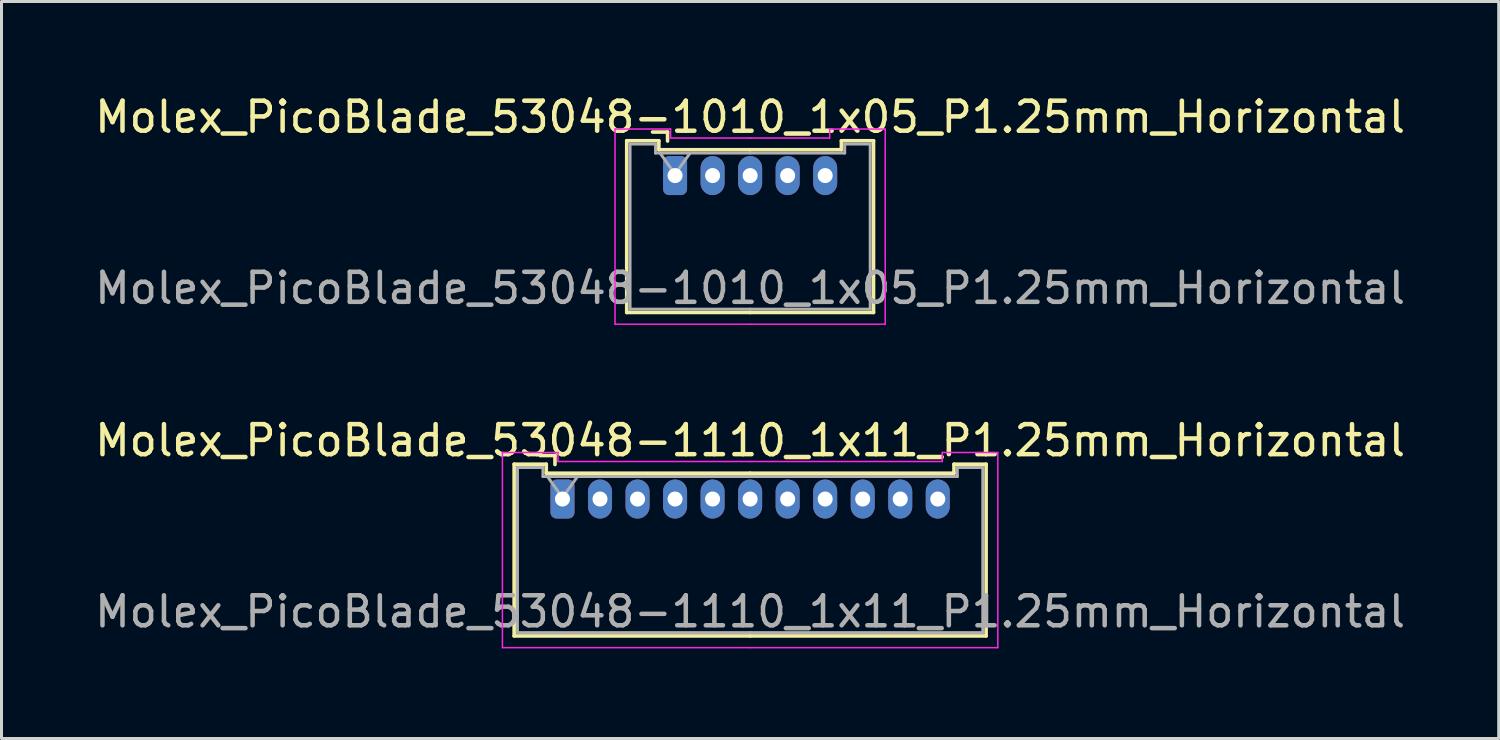
<source format=kicad_pcb>
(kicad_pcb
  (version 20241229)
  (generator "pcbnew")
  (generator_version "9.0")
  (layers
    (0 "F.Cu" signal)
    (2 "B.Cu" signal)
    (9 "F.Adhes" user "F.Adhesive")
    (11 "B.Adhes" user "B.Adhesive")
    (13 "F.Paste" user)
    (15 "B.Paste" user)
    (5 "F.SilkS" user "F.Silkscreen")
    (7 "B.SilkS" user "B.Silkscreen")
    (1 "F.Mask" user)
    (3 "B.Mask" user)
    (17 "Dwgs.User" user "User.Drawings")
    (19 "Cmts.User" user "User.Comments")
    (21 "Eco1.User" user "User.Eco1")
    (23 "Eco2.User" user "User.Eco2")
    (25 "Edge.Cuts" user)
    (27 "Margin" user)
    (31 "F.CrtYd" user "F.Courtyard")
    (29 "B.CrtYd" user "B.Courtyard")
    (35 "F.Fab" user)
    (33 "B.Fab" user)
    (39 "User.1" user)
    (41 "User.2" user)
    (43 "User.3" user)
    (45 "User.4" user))
  (footprint "Molex_PicoBlade_53048-1110_1x11_P1.25mm_Horizontal"
    (layer "F.Cu")
    (at 15.685 13.572)
    (property "Reference" "Molex_PicoBlade_53048-1110_1x11_P1.25mm_Horizontal" (at 6.25 -1.95 0) (layer "F.SilkS") (effects (font (size 1 1) (thickness 0.15))))
    (attr through_hole)
    (fp_line (start -1.61 -1.16) (end -1.61 4.56) (stroke (width 0.12) (type solid)) (layer "F.SilkS"))
    (fp_line (start -1.61 4.56) (end 6.25 4.56) (stroke (width 0.12) (type solid)) (layer "F.SilkS"))
    (fp_line (start -0.54 -1.16) (end -1.61 -1.16) (stroke (width 0.12) (type solid)) (layer "F.SilkS"))
    (fp_line (start -0.54 -0.86) (end -0.54 -1.16) (stroke (width 0.12) (type solid)) (layer "F.SilkS"))
    (fp_line (start -0.25 -1.45) (end -0.75 -1.45) (stroke (width 0.12) (type solid)) (layer "F.SilkS"))
    (fp_line (start -0.25 -1.15) (end -0.25 -1.45) (stroke (width 0.12) (type solid)) (layer "F.SilkS"))
    (fp_line (start 6.25 -0.86) (end -0.54 -0.86) (stroke (width 0.12) (type solid)) (layer "F.SilkS"))
    (fp_line (start 6.25 -0.86) (end 13.04 -0.86) (stroke (width 0.12) (type solid)) (layer "F.SilkS"))
    (fp_line (start 13.04 -1.16) (end 14.11 -1.16) (stroke (width 0.12) (type solid)) (layer "F.SilkS"))
    (fp_line (start 13.04 -0.86) (end 13.04 -1.16) (stroke (width 0.12) (type solid)) (layer "F.SilkS"))
    (fp_line (start 14.11 -1.16) (end 14.11 4.56) (stroke (width 0.12) (type solid)) (layer "F.SilkS"))
    (fp_line (start 14.11 4.56) (end 6.25 4.56) (stroke (width 0.12) (type solid)) (layer "F.SilkS"))
    (fp_line (start -2 -1.55) (end -2 4.95) (stroke (width 0.05) (type solid)) (layer "F.CrtYd"))
    (fp_line (start -2 4.95) (end 6.25 4.95) (stroke (width 0.05) (type solid)) (layer "F.CrtYd"))
    (fp_line (start -0.15 -1.55) (end -2 -1.55) (stroke (width 0.05) (type solid)) (layer "F.CrtYd"))
    (fp_line (start -0.15 -1.25) (end -0.15 -1.55) (stroke (width 0.05) (type solid)) (layer "F.CrtYd"))
    (fp_line (start 6.25 -1.25) (end -0.15 -1.25) (stroke (width 0.05) (type solid)) (layer "F.CrtYd"))
    (fp_line (start 6.25 -1.25) (end 12.65 -1.25) (stroke (width 0.05) (type solid)) (layer "F.CrtYd"))
    (fp_line (start 12.65 -1.55) (end 14.5 -1.55) (stroke (width 0.05) (type solid)) (layer "F.CrtYd"))
    (fp_line (start 12.65 -1.25) (end 12.65 -1.55) (stroke (width 0.05) (type solid)) (layer "F.CrtYd"))
    (fp_line (start 14.5 -1.55) (end 14.5 4.95) (stroke (width 0.05) (type solid)) (layer "F.CrtYd"))
    (fp_line (start 14.5 4.95) (end 6.25 4.95) (stroke (width 0.05) (type solid)) (layer "F.CrtYd"))
    (fp_line (start -1.5 -1.05) (end -1.5 4.45) (stroke (width 0.1) (type solid)) (layer "F.Fab"))
    (fp_line (start -1.5 4.45) (end 6.25 4.45) (stroke (width 0.1) (type solid)) (layer "F.Fab"))
    (fp_line (start -0.65 -1.05) (end -1.5 -1.05) (stroke (width 0.1) (type solid)) (layer "F.Fab"))
    (fp_line (start -0.65 -0.75) (end -0.65 -1.05) (stroke (width 0.1) (type solid)) (layer "F.Fab"))
    (fp_line (start -0.5 -0.75) (end 0 -0.043) (stroke (width 0.1) (type solid)) (layer "F.Fab"))
    (fp_line (start 0 -0.043) (end 0.5 -0.75) (stroke (width 0.1) (type solid)) (layer "F.Fab"))
    (fp_line (start 6.25 -0.75) (end -0.65 -0.75) (stroke (width 0.1) (type solid)) (layer "F.Fab"))
    (fp_line (start 6.25 -0.75) (end 13.15 -0.75) (stroke (width 0.1) (type solid)) (layer "F.Fab"))
    (fp_line (start 13.15 -1.05) (end 14 -1.05) (stroke (width 0.1) (type solid)) (layer "F.Fab"))
    (fp_line (start 13.15 -0.75) (end 13.15 -1.05) (stroke (width 0.1) (type solid)) (layer "F.Fab"))
    (fp_line (start 14 -1.05) (end 14 4.45) (stroke (width 0.1) (type solid)) (layer "F.Fab"))
    (fp_line (start 14 4.45) (end 6.25 4.45) (stroke (width 0.1) (type solid)) (layer "F.Fab"))
    (fp_text user "${REFERENCE}" (at 6.25 3.75 0) (layer "F.Fab") (effects (font (size 1 1) (thickness 0.15))))
    (pad "1" thru_hole roundrect (at 0 0) (size 0.8 1.3) (drill 0.5) (layers "*.Cu" "*.Mask") (roundrect_rratio 0.25))
    (pad "2" thru_hole oval (at 1.25 0) (size 0.8 1.3) (drill 0.5) (layers "*.Cu" "*.Mask"))
    (pad "3" thru_hole oval (at 2.5 0) (size 0.8 1.3) (drill 0.5) (layers "*.Cu" "*.Mask"))
    (pad "4" thru_hole oval (at 3.75 0) (size 0.8 1.3) (drill 0.5) (layers "*.Cu" "*.Mask"))
    (pad "5" thru_hole oval (at 5 0) (size 0.8 1.3) (drill 0.5) (layers "*.Cu" "*.Mask"))
    (pad "6" thru_hole oval (at 6.25 0) (size 0.8 1.3) (drill 0.5) (layers "*.Cu" "*.Mask"))
    (pad "7" thru_hole oval (at 7.5 0) (size 0.8 1.3) (drill 0.5) (layers "*.Cu" "*.Mask"))
    (pad "8" thru_hole oval (at 8.75 0) (size 0.8 1.3) (drill 0.5) (layers "*.Cu" "*.Mask"))
    (pad "9" thru_hole oval (at 10 0) (size 0.8 1.3) (drill 0.5) (layers "*.Cu" "*.Mask"))
    (pad "10" thru_hole oval (at 11.25 0) (size 0.8 1.3) (drill 0.5) (layers "*.Cu" "*.Mask"))
    (pad "11" thru_hole oval (at 12.5 0) (size 0.8 1.3) (drill 0.5) (layers "*.Cu" "*.Mask")))
  (footprint "Molex_PicoBlade_53048-1010_1x05_P1.25mm_Horizontal"
    (layer "F.Cu")
    (at 19.435 2.798)
    (property "Reference" "Molex_PicoBlade_53048-1010_1x05_P1.25mm_Horizontal" (at 2.5 -1.95 0) (layer "F.SilkS") (effects (font (size 1 1) (thickness 0.15))))
    (attr through_hole)
    (fp_line (start -1.61 -1.16) (end -1.61 4.56) (stroke (width 0.12) (type solid)) (layer "F.SilkS"))
    (fp_line (start -1.61 4.56) (end 2.5 4.56) (stroke (width 0.12) (type solid)) (layer "F.SilkS"))
    (fp_line (start -0.54 -1.16) (end -1.61 -1.16) (stroke (width 0.12) (type solid)) (layer "F.SilkS"))
    (fp_line (start -0.54 -0.86) (end -0.54 -1.16) (stroke (width 0.12) (type solid)) (layer "F.SilkS"))
    (fp_line (start -0.25 -1.45) (end -0.75 -1.45) (stroke (width 0.12) (type solid)) (layer "F.SilkS"))
    (fp_line (start -0.25 -1.15) (end -0.25 -1.45) (stroke (width 0.12) (type solid)) (layer "F.SilkS"))
    (fp_line (start 2.5 -0.86) (end -0.54 -0.86) (stroke (width 0.12) (type solid)) (layer "F.SilkS"))
    (fp_line (start 2.5 -0.86) (end 5.54 -0.86) (stroke (width 0.12) (type solid)) (layer "F.SilkS"))
    (fp_line (start 5.54 -1.16) (end 6.61 -1.16) (stroke (width 0.12) (type solid)) (layer "F.SilkS"))
    (fp_line (start 5.54 -0.86) (end 5.54 -1.16) (stroke (width 0.12) (type solid)) (layer "F.SilkS"))
    (fp_line (start 6.61 -1.16) (end 6.61 4.56) (stroke (width 0.12) (type solid)) (layer "F.SilkS"))
    (fp_line (start 6.61 4.56) (end 2.5 4.56) (stroke (width 0.12) (type solid)) (layer "F.SilkS"))
    (fp_line (start -2 -1.55) (end -2 4.95) (stroke (width 0.05) (type solid)) (layer "F.CrtYd"))
    (fp_line (start -2 4.95) (end 2.5 4.95) (stroke (width 0.05) (type solid)) (layer "F.CrtYd"))
    (fp_line (start -0.15 -1.55) (end -2 -1.55) (stroke (width 0.05) (type solid)) (layer "F.CrtYd"))
    (fp_line (start -0.15 -1.25) (end -0.15 -1.55) (stroke (width 0.05) (type solid)) (layer "F.CrtYd"))
    (fp_line (start 2.5 -1.25) (end -0.15 -1.25) (stroke (width 0.05) (type solid)) (layer "F.CrtYd"))
    (fp_line (start 2.5 -1.25) (end 5.15 -1.25) (stroke (width 0.05) (type solid)) (layer "F.CrtYd"))
    (fp_line (start 5.15 -1.55) (end 7 -1.55) (stroke (width 0.05) (type solid)) (layer "F.CrtYd"))
    (fp_line (start 5.15 -1.25) (end 5.15 -1.55) (stroke (width 0.05) (type solid)) (layer "F.CrtYd"))
    (fp_line (start 7 -1.55) (end 7 4.95) (stroke (width 0.05) (type solid)) (layer "F.CrtYd"))
    (fp_line (start 7 4.95) (end 2.5 4.95) (stroke (width 0.05) (type solid)) (layer "F.CrtYd"))
    (fp_line (start -1.5 -1.05) (end -1.5 4.45) (stroke (width 0.1) (type solid)) (layer "F.Fab"))
    (fp_line (start -1.5 4.45) (end 2.5 4.45) (stroke (width 0.1) (type solid)) (layer "F.Fab"))
    (fp_line (start -0.65 -1.05) (end -1.5 -1.05) (stroke (width 0.1) (type solid)) (layer "F.Fab"))
    (fp_line (start -0.65 -0.75) (end -0.65 -1.05) (stroke (width 0.1) (type solid)) (layer "F.Fab"))
    (fp_line (start -0.5 -0.75) (end 0 -0.043) (stroke (width 0.1) (type solid)) (layer "F.Fab"))
    (fp_line (start 0 -0.043) (end 0.5 -0.75) (stroke (width 0.1) (type solid)) (layer "F.Fab"))
    (fp_line (start 2.5 -0.75) (end -0.65 -0.75) (stroke (width 0.1) (type solid)) (layer "F.Fab"))
    (fp_line (start 2.5 -0.75) (end 5.65 -0.75) (stroke (width 0.1) (type solid)) (layer "F.Fab"))
    (fp_line (start 5.65 -1.05) (end 6.5 -1.05) (stroke (width 0.1) (type solid)) (layer "F.Fab"))
    (fp_line (start 5.65 -0.75) (end 5.65 -1.05) (stroke (width 0.1) (type solid)) (layer "F.Fab"))
    (fp_line (start 6.5 -1.05) (end 6.5 4.45) (stroke (width 0.1) (type solid)) (layer "F.Fab"))
    (fp_line (start 6.5 4.45) (end 2.5 4.45) (stroke (width 0.1) (type solid)) (layer "F.Fab"))
    (fp_text user "${REFERENCE}" (at 2.5 3.75 0) (layer "F.Fab") (effects (font (size 1 1) (thickness 0.15))))
    (pad "1" thru_hole roundrect (at 0 0) (size 0.8 1.3) (drill 0.5) (layers "*.Cu" "*.Mask") (roundrect_rratio 0.25))
    (pad "2" thru_hole oval (at 1.25 0) (size 0.8 1.3) (drill 0.5) (layers "*.Cu" "*.Mask"))
    (pad "3" thru_hole oval (at 2.5 0) (size 0.8 1.3) (drill 0.5) (layers "*.Cu" "*.Mask"))
    (pad "4" thru_hole oval (at 3.75 0) (size 0.8 1.3) (drill 0.5) (layers "*.Cu" "*.Mask"))
    (pad "5" thru_hole oval (at 5 0) (size 0.8 1.3) (drill 0.5) (layers "*.Cu" "*.Mask")))
  (gr_rect
    (start -3 -3)
    (end 46.869 21.547)
    (stroke (width 0.1) (type default))
    (fill no)
    (layer "Edge.Cuts")))
</source>
